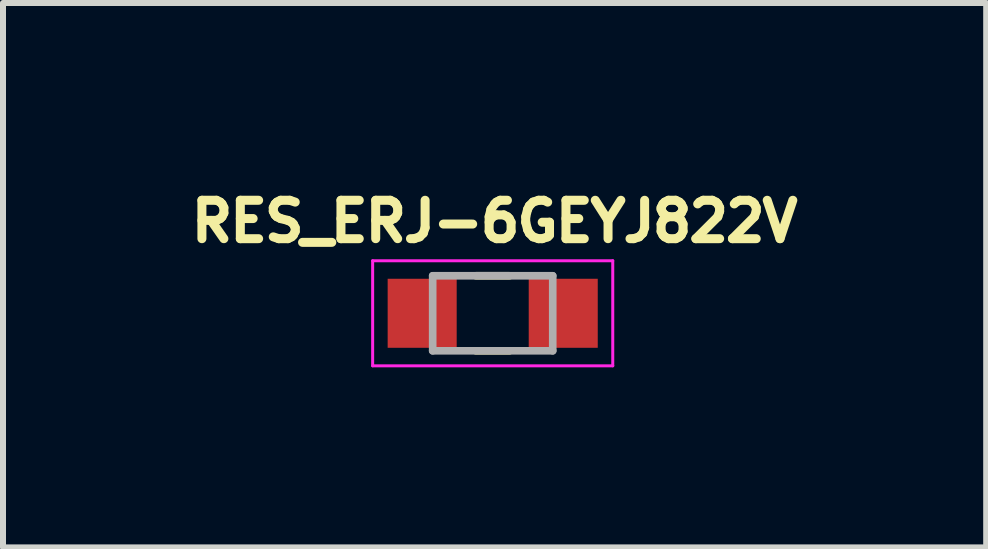
<source format=kicad_pcb>
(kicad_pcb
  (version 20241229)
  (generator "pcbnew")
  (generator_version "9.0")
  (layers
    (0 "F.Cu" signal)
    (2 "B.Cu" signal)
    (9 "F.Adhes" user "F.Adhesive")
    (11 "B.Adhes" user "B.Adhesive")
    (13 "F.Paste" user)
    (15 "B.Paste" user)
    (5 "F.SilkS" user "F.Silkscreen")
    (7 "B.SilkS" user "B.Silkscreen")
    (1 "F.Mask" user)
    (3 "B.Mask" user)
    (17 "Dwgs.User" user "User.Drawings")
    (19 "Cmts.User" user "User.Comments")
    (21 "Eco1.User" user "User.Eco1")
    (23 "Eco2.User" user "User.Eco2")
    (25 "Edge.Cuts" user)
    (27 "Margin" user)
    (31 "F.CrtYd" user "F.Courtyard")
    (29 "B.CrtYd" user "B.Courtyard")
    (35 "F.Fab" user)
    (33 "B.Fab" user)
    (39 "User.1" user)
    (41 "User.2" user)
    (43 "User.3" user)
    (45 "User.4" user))
  (footprint "RES_ERJ-6GEYJ822V"
    (layer "F.Cu")
    (at 5.158 2.169)
    (property "Reference" "RES_ERJ-6GEYJ822V" (at 0.032 -1.531 0) (layer "F.SilkS") (effects (font (size 0.64 0.64) (thickness 0.15))))
    (attr smd)
    (fp_line (start -0.28 -0.625) (end 0.28 -0.625) (stroke (width 0.127) (type solid)) (layer "F.SilkS"))
    (fp_line (start -0.28 0.625) (end 0.28 0.625) (stroke (width 0.127) (type solid)) (layer "F.SilkS"))
    (fp_line (start -2 -0.875) (end -2 0.875) (stroke (width 0.05) (type solid)) (layer "F.CrtYd"))
    (fp_line (start -2 0.875) (end 2 0.875) (stroke (width 0.05) (type solid)) (layer "F.CrtYd"))
    (fp_line (start 2 -0.875) (end -2 -0.875) (stroke (width 0.05) (type solid)) (layer "F.CrtYd"))
    (fp_line (start 2 0.875) (end 2 -0.875) (stroke (width 0.05) (type solid)) (layer "F.CrtYd"))
    (fp_line (start -1 -0.625) (end -1 0.625) (stroke (width 0.127) (type solid)) (layer "F.Fab"))
    (fp_line (start -1 -0.625) (end 1 -0.625) (stroke (width 0.127) (type solid)) (layer "F.Fab"))
    (fp_line (start -1 0.625) (end 1 0.625) (stroke (width 0.127) (type solid)) (layer "F.Fab"))
    (fp_line (start 1 -0.625) (end 1 0.625) (stroke (width 0.127) (type solid)) (layer "F.Fab"))
    (pad "1" smd rect (at -1.175 0) (size 1.15 1.15) (layers "F.Cu" "F.Mask" "F.Paste"))
    (pad "2" smd rect (at 1.175 0) (size 1.15 1.15) (layers "F.Cu" "F.Mask" "F.Paste")))
  (gr_rect
    (start -3 -3)
    (end 13.379 6.069)
    (stroke (width 0.1) (type default))
    (fill no)
    (layer "Edge.Cuts")))
</source>
